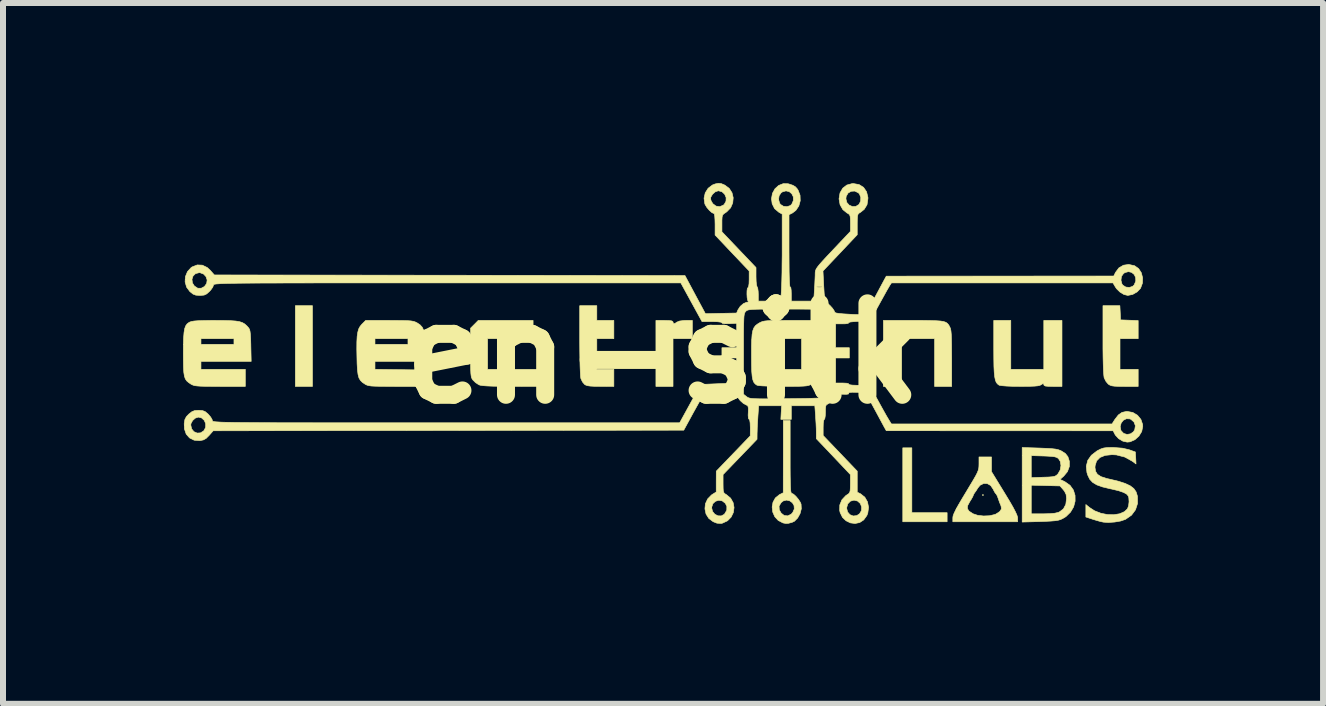
<source format=kicad_pcb>
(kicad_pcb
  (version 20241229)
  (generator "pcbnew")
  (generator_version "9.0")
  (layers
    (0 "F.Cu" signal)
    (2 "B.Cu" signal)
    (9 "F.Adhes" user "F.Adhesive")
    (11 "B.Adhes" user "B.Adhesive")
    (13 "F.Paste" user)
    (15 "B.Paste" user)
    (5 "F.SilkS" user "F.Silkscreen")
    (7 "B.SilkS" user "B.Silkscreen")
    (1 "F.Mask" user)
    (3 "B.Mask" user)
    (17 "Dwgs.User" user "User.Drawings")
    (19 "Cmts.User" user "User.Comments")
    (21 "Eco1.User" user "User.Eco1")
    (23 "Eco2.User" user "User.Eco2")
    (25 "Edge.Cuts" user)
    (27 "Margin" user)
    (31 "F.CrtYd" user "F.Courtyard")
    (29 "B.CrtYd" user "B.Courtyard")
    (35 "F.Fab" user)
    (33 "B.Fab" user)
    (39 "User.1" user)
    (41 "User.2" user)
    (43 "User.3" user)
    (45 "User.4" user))
  (footprint "en-silk"
    (layer "F.Cu")
    (at 7.995 2.84)
    (property "Reference" "en-silk" (at 0 0 0) (layer "F.SilkS") (effects (font (size 1.524 1.524) (thickness 0.3))))
    (attr through_hole)
    (fp_poly (pts (xy -5.838 0.55) (xy -6.123 0.55) (xy -6.123 -0.796) (xy -5.838 -0.796) (xy -5.838 0.55)) (stroke (width 0.01) (type solid)) (fill yes) (layer "F.SilkS"))
    (fp_poly (pts (xy 5.345 2.36) (xy 5.336 2.369) (xy 5.326 2.36) (xy 5.336 2.35) (xy 5.345 2.36)) (stroke (width 0.01) (type solid)) (fill yes) (layer "F.SilkS"))
    (fp_poly (pts (xy 4.151 2.654) (xy 4.739 2.654) (xy 4.739 2.805) (xy 4 2.805) (xy 4 1.573) (xy 4.151 1.573) (xy 4.151 2.654)) (stroke (width 0.01) (type solid)) (fill yes) (layer "F.SilkS"))
    (fp_poly (pts (xy 0.103 -0.548) (xy 0.147 -0.543) (xy 0.167 -0.532) (xy 0.171 -0.521) (xy 0.179 -0.497) (xy 0.205 -0.501) (xy 0.236 -0.522) (xy 0.281 -0.54) (xy 0.353 -0.549) (xy 0.383 -0.55) (xy 0.493 -0.55) (xy 0.493 -0.246) (xy 0.171 -0.246) (xy 0.171 0.55) (xy -0.114 0.55) (xy -0.114 -0.55) (xy 0.028 -0.55) (xy 0.103 -0.548)) (stroke (width 0.01) (type solid)) (fill yes) (layer "F.SilkS"))
    (fp_poly (pts (xy -1.099 -0.55) (xy -0.815 -0.55) (xy -0.815 -0.246) (xy -1.099 -0.246) (xy -1.099 0.265) (xy -0.815 0.265) (xy -0.815 0.55) (xy -1.038 0.549) (xy -1.139 0.548) (xy -1.21 0.544) (xy -1.257 0.537) (xy -1.289 0.525) (xy -1.303 0.516) (xy -1.338 0.475) (xy -1.364 0.42) (xy -1.365 0.417) (xy -1.37 0.381) (xy -1.374 0.311) (xy -1.378 0.213) (xy -1.381 0.092) (xy -1.383 -0.047) (xy -1.384 -0.2) (xy -1.384 -0.223) (xy -1.384 -0.796) (xy -1.099 -0.796) (xy -1.099 -0.55)) (stroke (width 0.01) (type solid)) (fill yes) (layer "F.SilkS"))
    (fp_poly (pts (xy 4.335 -0.55) (xy 4.46 -0.548) (xy 4.557 -0.545) (xy 4.629 -0.54) (xy 4.682 -0.531) (xy 4.719 -0.518) (xy 4.745 -0.499) (xy 4.765 -0.475) (xy 4.782 -0.444) (xy 4.786 -0.436) (xy 4.796 -0.411) (xy 4.803 -0.374) (xy 4.808 -0.32) (xy 4.811 -0.245) (xy 4.813 -0.144) (xy 4.814 -0.012) (xy 4.815 0.084) (xy 4.815 0.55) (xy 4.53 0.55) (xy 4.53 -0.246) (xy 3.981 -0.246) (xy 3.981 0.55) (xy 3.677 0.55) (xy 3.677 -0.55) (xy 4.175 -0.55) (xy 4.335 -0.55)) (stroke (width 0.01) (type solid)) (fill yes) (layer "F.SilkS"))
    (fp_poly (pts (xy -2.161 -0.246) (xy -2.919 -0.246) (xy -2.919 0.265) (xy -2.085 0.265) (xy -2.085 0.55) (xy -2.545 0.549) (xy -2.705 0.548) (xy -2.831 0.546) (xy -2.926 0.542) (xy -2.995 0.537) (xy -3.041 0.53) (xy -3.063 0.523) (xy -3.117 0.489) (xy -3.162 0.445) (xy -3.176 0.426) (xy -3.186 0.405) (xy -3.193 0.376) (xy -3.198 0.334) (xy -3.201 0.273) (xy -3.203 0.189) (xy -3.203 0.075) (xy -3.203 -0.014) (xy -3.203 -0.421) (xy -3.139 -0.485) (xy -3.075 -0.55) (xy -2.161 -0.55) (xy -2.161 -0.246)) (stroke (width 0.01) (type solid)) (fill yes) (layer "F.SilkS"))
    (fp_poly (pts (xy 7.624 -0.678) (xy 7.629 -0.559) (xy 7.923 -0.548) (xy 7.923 -0.246) (xy 7.62 -0.246) (xy 7.62 0.265) (xy 7.923 0.265) (xy 7.923 0.55) (xy 7.698 0.55) (xy 7.6 0.549) (xy 7.531 0.546) (xy 7.485 0.54) (xy 7.453 0.529) (xy 7.427 0.513) (xy 7.424 0.511) (xy 7.386 0.466) (xy 7.357 0.408) (xy 7.355 0.402) (xy 7.35 0.363) (xy 7.345 0.291) (xy 7.341 0.19) (xy 7.338 0.065) (xy 7.336 -0.079) (xy 7.336 -0.232) (xy 7.336 -0.796) (xy 7.618 -0.796) (xy 7.624 -0.678)) (stroke (width 0.01) (type solid)) (fill yes) (layer "F.SilkS"))
    (fp_poly (pts (xy 5.8 0.265) (xy 6.35 0.265) (xy 6.35 -0.55) (xy 6.653 -0.55) (xy 6.653 0.55) (xy 6.502 0.55) (xy 6.424 0.548) (xy 6.378 0.544) (xy 6.356 0.534) (xy 6.35 0.52) (xy 6.347 0.501) (xy 6.33 0.506) (xy 6.308 0.52) (xy 6.285 0.532) (xy 6.249 0.54) (xy 6.195 0.545) (xy 6.116 0.548) (xy 6.009 0.549) (xy 5.952 0.549) (xy 5.831 0.548) (xy 5.731 0.544) (xy 5.656 0.538) (xy 5.611 0.531) (xy 5.604 0.528) (xy 5.579 0.509) (xy 5.558 0.483) (xy 5.543 0.445) (xy 5.532 0.39) (xy 5.524 0.315) (xy 5.519 0.216) (xy 5.517 0.087) (xy 5.516 -0.075) (xy 5.516 -0.085) (xy 5.516 -0.55) (xy 5.8 -0.55) (xy 5.8 0.265)) (stroke (width 0.01) (type solid)) (fill yes) (layer "F.SilkS"))
    (fp_poly (pts (xy 2.123 1.725) (xy 2.123 1.896) (xy 2.124 2.033) (xy 2.126 2.139) (xy 2.128 2.217) (xy 2.131 2.273) (xy 2.136 2.308) (xy 2.142 2.326) (xy 2.149 2.331) (xy 2.149 2.331) (xy 2.18 2.346) (xy 2.22 2.383) (xy 2.261 2.432) (xy 2.293 2.482) (xy 2.305 2.512) (xy 2.309 2.589) (xy 2.288 2.67) (xy 2.248 2.742) (xy 2.195 2.796) (xy 2.155 2.815) (xy 2.095 2.831) (xy 2.054 2.834) (xy 2.014 2.827) (xy 2.002 2.824) (xy 1.924 2.783) (xy 1.867 2.721) (xy 1.833 2.644) (xy 1.823 2.561) (xy 1.826 2.545) (xy 1.938 2.545) (xy 1.942 2.607) (xy 1.974 2.662) (xy 2.024 2.701) (xy 2.083 2.707) (xy 2.14 2.679) (xy 2.166 2.651) (xy 2.192 2.592) (xy 2.188 2.535) (xy 2.16 2.488) (xy 2.115 2.456) (xy 2.062 2.444) (xy 2.006 2.459) (xy 1.972 2.487) (xy 1.938 2.545) (xy 1.826 2.545) (xy 1.837 2.48) (xy 1.876 2.409) (xy 1.942 2.355) (xy 1.949 2.351) (xy 2.008 2.322) (xy 2.009 1.72) (xy 2.009 1.118) (xy 2.123 1.118) (xy 2.123 1.725)) (stroke (width 0.01) (type solid)) (fill yes) (layer "F.SilkS"))
    (fp_poly (pts (xy -4.426 -0.549) (xy -4.325 -0.548) (xy -4.251 -0.546) (xy -4.197 -0.542) (xy -4.158 -0.535) (xy -4.128 -0.526) (xy -4.101 -0.513) (xy -4.093 -0.509) (xy -4.044 -0.476) (xy -4.008 -0.436) (xy -3.984 -0.384) (xy -3.97 -0.313) (xy -3.963 -0.216) (xy -3.962 -0.106) (xy -3.962 0.133) (xy -4.796 0.133) (xy -4.796 0.265) (xy -4.421 0.27) (xy -4.047 0.275) (xy -4.041 0.412) (xy -4.036 0.55) (xy -4.468 0.55) (xy -4.608 0.549) (xy -4.716 0.548) (xy -4.797 0.546) (xy -4.855 0.543) (xy -4.897 0.537) (xy -4.927 0.529) (xy -4.95 0.519) (xy -4.96 0.513) (xy -5.006 0.482) (xy -5.039 0.449) (xy -5.063 0.408) (xy -5.078 0.352) (xy -5.088 0.274) (xy -5.094 0.17) (xy -5.096 0.08) (xy -5.099 -0.072) (xy -5.098 -0.192) (xy -5.095 -0.246) (xy -4.796 -0.246) (xy -4.796 -0.152) (xy -4.246 -0.152) (xy -4.246 -0.246) (xy -4.796 -0.246) (xy -5.095 -0.246) (xy -5.093 -0.285) (xy -5.082 -0.356) (xy -5.067 -0.409) (xy -5.044 -0.451) (xy -5.015 -0.486) (xy -5.014 -0.487) (xy -4.951 -0.55) (xy -4.558 -0.55) (xy -4.426 -0.549)) (stroke (width 0.01) (type solid)) (fill yes) (layer "F.SilkS"))
    (fp_poly (pts (xy -7.315 -0.549) (xy -7.203 -0.546) (xy -7.118 -0.54) (xy -7.055 -0.53) (xy -7.006 -0.514) (xy -6.968 -0.492) (xy -6.934 -0.462) (xy -6.919 -0.446) (xy -6.9 -0.424) (xy -6.886 -0.4) (xy -6.878 -0.367) (xy -6.872 -0.318) (xy -6.868 -0.246) (xy -6.865 -0.144) (xy -6.865 -0.131) (xy -6.859 0.133) (xy -7.696 0.133) (xy -7.696 0.265) (xy -6.957 0.265) (xy -6.957 0.55) (xy -7.378 0.55) (xy -7.517 0.549) (xy -7.623 0.548) (xy -7.702 0.546) (xy -7.759 0.542) (xy -7.8 0.537) (xy -7.829 0.528) (xy -7.853 0.517) (xy -7.861 0.513) (xy -7.902 0.485) (xy -7.934 0.457) (xy -7.957 0.423) (xy -7.972 0.378) (xy -7.982 0.315) (xy -7.987 0.229) (xy -7.989 0.116) (xy -7.99 0.001) (xy -7.989 -0.148) (xy -7.986 -0.246) (xy -7.696 -0.246) (xy -7.696 -0.152) (xy -7.146 -0.152) (xy -7.146 -0.246) (xy -7.696 -0.246) (xy -7.986 -0.246) (xy -7.985 -0.263) (xy -7.978 -0.35) (xy -7.967 -0.414) (xy -7.95 -0.46) (xy -7.927 -0.492) (xy -7.897 -0.515) (xy -7.884 -0.522) (xy -7.855 -0.532) (xy -7.811 -0.54) (xy -7.746 -0.545) (xy -7.655 -0.548) (xy -7.534 -0.55) (xy -7.459 -0.55) (xy -7.315 -0.549)) (stroke (width 0.01) (type solid)) (fill yes) (layer "F.SilkS"))
    (fp_poly (pts (xy 2.54 -0.496) (xy 2.566 -0.465) (xy 2.586 -0.428) (xy 2.6 -0.38) (xy 2.609 -0.316) (xy 2.614 -0.23) (xy 2.615 -0.117) (xy 2.613 0.027) (xy 2.613 0.05) (xy 2.609 0.182) (xy 2.604 0.281) (xy 2.594 0.355) (xy 2.579 0.409) (xy 2.557 0.449) (xy 2.525 0.48) (xy 2.483 0.509) (xy 2.477 0.513) (xy 2.454 0.525) (xy 2.427 0.534) (xy 2.391 0.541) (xy 2.34 0.545) (xy 2.268 0.548) (xy 2.171 0.549) (xy 2.042 0.549) (xy 2.009 0.549) (xy 1.873 0.548) (xy 1.757 0.545) (xy 1.664 0.541) (xy 1.6 0.536) (xy 1.569 0.529) (xy 1.569 0.529) (xy 1.54 0.508) (xy 1.517 0.48) (xy 1.501 0.439) (xy 1.49 0.381) (xy 1.483 0.301) (xy 1.48 0.193) (xy 1.479 0.053) (xy 1.479 0.028) (xy 1.479 -0.119) (xy 1.482 -0.232) (xy 1.484 -0.246) (xy 1.763 -0.246) (xy 1.763 0.265) (xy 2.313 0.265) (xy 2.313 -0.246) (xy 1.763 -0.246) (xy 1.484 -0.246) (xy 1.489 -0.318) (xy 1.501 -0.381) (xy 1.519 -0.427) (xy 1.544 -0.462) (xy 1.578 -0.489) (xy 1.61 -0.509) (xy 1.636 -0.522) (xy 1.664 -0.533) (xy 1.699 -0.54) (xy 1.747 -0.545) (xy 1.814 -0.548) (xy 1.904 -0.549) (xy 2.025 -0.55) (xy 2.084 -0.55) (xy 2.486 -0.55) (xy 2.54 -0.496)) (stroke (width 0.01) (type solid)) (fill yes) (layer "F.SilkS"))
    (fp_poly (pts (xy 5.478 1.969) (xy 5.696 2.325) (xy 5.775 2.455) (xy 5.834 2.557) (xy 5.875 2.635) (xy 5.901 2.691) (xy 5.913 2.73) (xy 5.914 2.743) (xy 5.914 2.805) (xy 4.834 2.805) (xy 4.834 2.739) (xy 4.838 2.708) (xy 4.854 2.665) (xy 4.883 2.605) (xy 4.893 2.586) (xy 5.076 2.586) (xy 5.104 2.628) (xy 5.167 2.67) (xy 5.171 2.672) (xy 5.249 2.698) (xy 5.346 2.709) (xy 5.445 2.705) (xy 5.531 2.685) (xy 5.552 2.677) (xy 5.616 2.635) (xy 5.644 2.592) (xy 5.638 2.544) (xy 5.635 2.536) (xy 5.615 2.488) (xy 5.594 2.429) (xy 5.592 2.422) (xy 5.574 2.373) (xy 5.556 2.343) (xy 5.552 2.34) (xy 5.534 2.316) (xy 5.511 2.273) (xy 5.507 2.264) (xy 5.465 2.201) (xy 5.408 2.169) (xy 5.347 2.167) (xy 5.288 2.197) (xy 5.251 2.242) (xy 5.222 2.289) (xy 5.197 2.323) (xy 5.195 2.326) (xy 5.177 2.356) (xy 5.175 2.365) (xy 5.165 2.389) (xy 5.14 2.433) (xy 5.117 2.469) (xy 5.081 2.536) (xy 5.076 2.586) (xy 4.893 2.586) (xy 4.927 2.525) (xy 4.988 2.421) (xy 5.052 2.315) (xy 5.122 2.198) (xy 5.176 2.108) (xy 5.215 2.04) (xy 5.241 1.989) (xy 5.257 1.949) (xy 5.266 1.914) (xy 5.269 1.881) (xy 5.27 1.842) (xy 5.27 1.725) (xy 5.478 1.725) (xy 5.478 1.969)) (stroke (width 0.01) (type solid)) (fill yes) (layer "F.SilkS"))
    (fp_poly (pts (xy 6.279 1.577) (xy 6.396 1.582) (xy 6.482 1.587) (xy 6.544 1.594) (xy 6.59 1.604) (xy 6.628 1.618) (xy 6.644 1.626) (xy 6.711 1.669) (xy 6.752 1.722) (xy 6.776 1.797) (xy 6.776 1.884) (xy 6.744 1.97) (xy 6.683 2.044) (xy 6.62 2.099) (xy 6.703 2.139) (xy 6.787 2.198) (xy 6.843 2.276) (xy 6.871 2.366) (xy 6.872 2.462) (xy 6.847 2.557) (xy 6.795 2.645) (xy 6.718 2.72) (xy 6.665 2.752) (xy 6.63 2.768) (xy 6.59 2.78) (xy 6.538 2.788) (xy 6.467 2.794) (xy 6.37 2.799) (xy 6.288 2.802) (xy 5.99 2.81) (xy 5.99 2.673) (xy 6.141 2.673) (xy 6.342 2.673) (xy 6.452 2.67) (xy 6.532 2.663) (xy 6.589 2.65) (xy 6.609 2.642) (xy 6.677 2.591) (xy 6.717 2.515) (xy 6.729 2.418) (xy 6.722 2.351) (xy 6.696 2.298) (xy 6.674 2.27) (xy 6.619 2.208) (xy 6.141 2.196) (xy 6.141 2.673) (xy 5.99 2.673) (xy 5.99 2.07) (xy 6.141 2.07) (xy 6.342 2.063) (xy 6.432 2.06) (xy 6.492 2.055) (xy 6.532 2.047) (xy 6.558 2.034) (xy 6.58 2.014) (xy 6.589 2.003) (xy 6.624 1.941) (xy 6.636 1.868) (xy 6.625 1.8) (xy 6.594 1.752) (xy 6.57 1.735) (xy 6.534 1.723) (xy 6.481 1.716) (xy 6.4 1.711) (xy 6.348 1.709) (xy 6.141 1.703) (xy 6.141 2.07) (xy 5.99 2.07) (xy 5.99 1.568) (xy 6.279 1.577)) (stroke (width 0.01) (type solid)) (fill yes) (layer "F.SilkS"))
    (fp_poly (pts (xy 7.506 1.567) (xy 7.662 1.579) (xy 7.772 1.605) (xy 7.876 1.642) (xy 7.882 1.742) (xy 7.887 1.842) (xy 7.825 1.796) (xy 7.7 1.727) (xy 7.56 1.691) (xy 7.486 1.687) (xy 7.372 1.699) (xy 7.286 1.734) (xy 7.23 1.791) (xy 7.205 1.871) (xy 7.203 1.901) (xy 7.213 1.965) (xy 7.244 2.015) (xy 7.303 2.053) (xy 7.393 2.083) (xy 7.442 2.094) (xy 7.59 2.129) (xy 7.705 2.166) (xy 7.79 2.206) (xy 7.85 2.252) (xy 7.888 2.307) (xy 7.909 2.374) (xy 7.911 2.385) (xy 7.912 2.501) (xy 7.878 2.606) (xy 7.812 2.695) (xy 7.716 2.762) (xy 7.709 2.766) (xy 7.63 2.793) (xy 7.53 2.81) (xy 7.427 2.817) (xy 7.345 2.812) (xy 7.297 2.802) (xy 7.229 2.783) (xy 7.17 2.765) (xy 7.051 2.726) (xy 7.051 2.518) (xy 7.108 2.565) (xy 7.197 2.623) (xy 7.3 2.663) (xy 7.409 2.685) (xy 7.516 2.688) (xy 7.614 2.672) (xy 7.694 2.637) (xy 7.744 2.59) (xy 7.763 2.54) (xy 7.771 2.472) (xy 7.767 2.406) (xy 7.76 2.38) (xy 7.734 2.347) (xy 7.681 2.317) (xy 7.597 2.288) (xy 7.48 2.26) (xy 7.459 2.256) (xy 7.33 2.225) (xy 7.234 2.191) (xy 7.164 2.149) (xy 7.115 2.096) (xy 7.082 2.027) (xy 7.069 1.986) (xy 7.058 1.88) (xy 7.083 1.782) (xy 7.143 1.697) (xy 7.235 1.626) (xy 7.245 1.62) (xy 7.3 1.592) (xy 7.349 1.576) (xy 7.404 1.569) (xy 7.481 1.567) (xy 7.506 1.567)) (stroke (width 0.01) (type solid)) (fill yes) (layer "F.SilkS"))
    (fp_poly (pts (xy 0.975 -2.83) (xy 1.032 -2.806) (xy 1.033 -2.806) (xy 1.107 -2.751) (xy 1.154 -2.678) (xy 1.174 -2.594) (xy 1.166 -2.508) (xy 1.131 -2.427) (xy 1.067 -2.361) (xy 1.05 -2.349) (xy 1.017 -2.327) (xy 0.998 -2.306) (xy 0.989 -2.274) (xy 0.986 -2.221) (xy 0.986 -2.168) (xy 0.986 -2.027) (xy 1.27 -1.729) (xy 1.554 -1.431) (xy 1.554 -1.276) (xy 1.556 -1.203) (xy 1.562 -1.145) (xy 1.571 -1.112) (xy 1.573 -1.109) (xy 1.583 -1.085) (xy 1.59 -1.035) (xy 1.592 -0.985) (xy 1.592 -0.872) (xy 1.966 -0.872) (xy 1.978 -1.057) (xy 1.981 -1.126) (xy 1.984 -1.225) (xy 1.987 -1.348) (xy 1.988 -1.488) (xy 1.99 -1.637) (xy 1.99 -1.782) (xy 1.99 -2.322) (xy 1.935 -2.353) (xy 1.863 -2.414) (xy 1.823 -2.495) (xy 1.814 -2.566) (xy 1.93 -2.566) (xy 1.947 -2.505) (xy 1.962 -2.483) (xy 2.012 -2.452) (xy 2.071 -2.446) (xy 2.126 -2.464) (xy 2.15 -2.487) (xy 2.177 -2.55) (xy 2.175 -2.611) (xy 2.15 -2.661) (xy 2.108 -2.696) (xy 2.054 -2.709) (xy 1.996 -2.693) (xy 1.972 -2.677) (xy 1.939 -2.628) (xy 1.93 -2.566) (xy 1.814 -2.566) (xy 1.812 -2.578) (xy 1.828 -2.668) (xy 1.87 -2.744) (xy 1.931 -2.799) (xy 2.006 -2.829) (xy 2.087 -2.828) (xy 2.1 -2.825) (xy 2.166 -2.803) (xy 2.208 -2.779) (xy 2.238 -2.747) (xy 2.255 -2.721) (xy 2.288 -2.636) (xy 2.291 -2.544) (xy 2.267 -2.457) (xy 2.218 -2.384) (xy 2.162 -2.341) (xy 2.104 -2.312) (xy 2.104 -1.704) (xy 2.105 -1.514) (xy 2.106 -1.36) (xy 2.109 -1.243) (xy 2.113 -1.161) (xy 2.118 -1.117) (xy 2.123 -1.109) (xy 2.134 -1.098) (xy 2.14 -1.054) (xy 2.142 -0.996) (xy 2.142 -0.872) (xy 2.515 -0.872) (xy 2.528 -1.057) (xy 2.531 -1.108) (xy 2.563 -1.108) (xy 2.586 -1.105) (xy 2.606 -1.104) (xy 2.645 -1.106) (xy 2.655 -1.11) (xy 2.649 -1.112) (xy 2.604 -1.116) (xy 2.573 -1.113) (xy 2.563 -1.108) (xy 2.531 -1.108) (xy 2.533 -1.148) (xy 2.537 -1.236) (xy 2.54 -1.305) (xy 2.54 -1.327) (xy 2.541 -1.355) (xy 2.546 -1.381) (xy 2.557 -1.408) (xy 2.579 -1.441) (xy 2.613 -1.484) (xy 2.664 -1.541) (xy 2.734 -1.617) (xy 2.828 -1.716) (xy 2.834 -1.723) (xy 3.128 -2.034) (xy 3.128 -2.173) (xy 3.127 -2.244) (xy 3.122 -2.288) (xy 3.111 -2.314) (xy 3.088 -2.331) (xy 3.07 -2.341) (xy 3.001 -2.397) (xy 2.955 -2.478) (xy 2.938 -2.574) (xy 2.938 -2.578) (xy 3.052 -2.578) (xy 3.067 -2.516) (xy 3.106 -2.472) (xy 3.16 -2.448) (xy 3.217 -2.45) (xy 3.268 -2.481) (xy 3.27 -2.483) (xy 3.298 -2.538) (xy 3.3 -2.602) (xy 3.277 -2.659) (xy 3.259 -2.677) (xy 3.199 -2.706) (xy 3.139 -2.702) (xy 3.088 -2.672) (xy 3.057 -2.618) (xy 3.052 -2.578) (xy 2.938 -2.578) (xy 2.954 -2.675) (xy 2.999 -2.753) (xy 3.067 -2.806) (xy 3.155 -2.83) (xy 3.176 -2.831) (xy 3.272 -2.814) (xy 3.346 -2.768) (xy 3.396 -2.695) (xy 3.419 -2.601) (xy 3.419 -2.578) (xy 3.404 -2.478) (xy 3.357 -2.401) (xy 3.297 -2.353) (xy 3.271 -2.337) (xy 3.254 -2.319) (xy 3.246 -2.29) (xy 3.242 -2.241) (xy 3.241 -2.164) (xy 3.241 -2.15) (xy 3.241 -1.978) (xy 2.956 -1.676) (xy 2.67 -1.374) (xy 2.683 -1.118) (xy 2.69 -1.002) (xy 2.699 -0.918) (xy 2.709 -0.868) (xy 2.717 -0.855) (xy 2.75 -0.833) (xy 2.791 -0.795) (xy 2.83 -0.751) (xy 2.856 -0.712) (xy 2.862 -0.696) (xy 2.869 -0.683) (xy 2.893 -0.673) (xy 2.939 -0.666) (xy 3.014 -0.659) (xy 3.099 -0.654) (xy 3.191 -0.649) (xy 3.271 -0.647) (xy 3.331 -0.647) (xy 3.361 -0.65) (xy 3.362 -0.65) (xy 3.379 -0.669) (xy 3.41 -0.717) (xy 3.452 -0.787) (xy 3.502 -0.875) (xy 3.556 -0.974) (xy 3.556 -0.974) (xy 3.688 -1.22) (xy 7.636 -1.22) (xy 7.652 -1.159) (xy 7.667 -1.137) (xy 7.717 -1.106) (xy 7.777 -1.1) (xy 7.831 -1.118) (xy 7.856 -1.142) (xy 7.883 -1.205) (xy 7.881 -1.265) (xy 7.856 -1.316) (xy 7.813 -1.351) (xy 7.76 -1.363) (xy 7.701 -1.347) (xy 7.678 -1.331) (xy 7.644 -1.283) (xy 7.636 -1.22) (xy 3.688 -1.22) (xy 3.725 -1.288) (xy 5.62 -1.289) (xy 7.516 -1.29) (xy 7.545 -1.35) (xy 7.601 -1.425) (xy 7.677 -1.47) (xy 7.765 -1.483) (xy 7.861 -1.462) (xy 7.865 -1.46) (xy 7.93 -1.414) (xy 7.975 -1.345) (xy 7.997 -1.26) (xy 7.994 -1.172) (xy 7.963 -1.088) (xy 7.961 -1.084) (xy 7.906 -1.026) (xy 7.831 -0.983) (xy 7.751 -0.967) (xy 7.749 -0.967) (xy 7.686 -0.982) (xy 7.619 -1.023) (xy 7.561 -1.08) (xy 7.542 -1.109) (xy 7.503 -1.175) (xy 3.811 -1.175) (xy 3.783 -1.133) (xy 3.765 -1.102) (xy 3.732 -1.045) (xy 3.689 -0.967) (xy 3.639 -0.877) (xy 3.605 -0.815) (xy 3.454 -0.54) (xy 3.271 -0.535) (xy 3.186 -0.53) (xy 3.127 -0.524) (xy 3.1 -0.515) (xy 3.1 -0.511) (xy 3.089 -0.501) (xy 3.047 -0.494) (xy 2.996 -0.493) (xy 2.881 -0.493) (xy 2.881 -0.095) (xy 3.109 -0.095) (xy 3.109 0.076) (xy 2.881 0.076) (xy 2.881 0.493) (xy 2.996 0.493) (xy 3.061 0.496) (xy 3.096 0.504) (xy 3.099 0.512) (xy 3.111 0.521) (xy 3.158 0.528) (xy 3.238 0.531) (xy 3.267 0.531) (xy 3.447 0.531) (xy 3.585 0.782) (xy 3.637 0.877) (xy 3.686 0.965) (xy 3.728 1.04) (xy 3.759 1.092) (xy 3.766 1.104) (xy 3.81 1.175) (xy 7.487 1.175) (xy 7.534 1.101) (xy 7.592 1.026) (xy 7.653 0.983) (xy 7.726 0.967) (xy 7.743 0.967) (xy 7.834 0.984) (xy 7.911 1.03) (xy 7.968 1.099) (xy 7.997 1.184) (xy 7.999 1.216) (xy 7.982 1.301) (xy 7.935 1.378) (xy 7.868 1.438) (xy 7.788 1.473) (xy 7.74 1.478) (xy 7.668 1.462) (xy 7.597 1.42) (xy 7.543 1.361) (xy 7.535 1.347) (xy 7.505 1.289) (xy 3.725 1.288) (xy 3.686 1.218) (xy 7.623 1.218) (xy 7.634 1.279) (xy 7.639 1.289) (xy 7.681 1.333) (xy 7.737 1.35) (xy 7.795 1.34) (xy 7.844 1.306) (xy 7.866 1.27) (xy 7.876 1.204) (xy 7.853 1.143) (xy 7.803 1.099) (xy 7.786 1.091) (xy 7.727 1.088) (xy 7.676 1.113) (xy 7.64 1.159) (xy 7.623 1.218) (xy 3.686 1.218) (xy 3.553 0.971) (xy 3.381 0.654) (xy 3.234 0.648) (xy 3.156 0.647) (xy 3.112 0.651) (xy 3.098 0.66) (xy 3.1 0.664) (xy 3.095 0.676) (xy 3.061 0.681) (xy 2.992 0.68) (xy 2.988 0.679) (xy 2.917 0.678) (xy 2.877 0.682) (xy 2.863 0.694) (xy 2.862 0.698) (xy 2.849 0.739) (xy 2.816 0.786) (xy 2.777 0.827) (xy 2.748 0.844) (xy 2.727 0.855) (xy 2.716 0.88) (xy 2.711 0.927) (xy 2.711 0.977) (xy 2.708 1.041) (xy 2.701 1.085) (xy 2.692 1.099) (xy 2.682 1.117) (xy 2.675 1.164) (xy 2.673 1.233) (xy 2.673 1.368) (xy 2.957 1.665) (xy 3.241 1.962) (xy 3.241 2.137) (xy 3.241 2.312) (xy 3.299 2.341) (xy 3.368 2.397) (xy 3.412 2.474) (xy 3.43 2.565) (xy 3.417 2.66) (xy 3.401 2.702) (xy 3.349 2.774) (xy 3.282 2.818) (xy 3.205 2.834) (xy 3.127 2.824) (xy 3.055 2.789) (xy 2.995 2.732) (xy 2.956 2.652) (xy 2.948 2.617) (xy 2.949 2.578) (xy 3.064 2.578) (xy 3.08 2.642) (xy 3.119 2.687) (xy 3.173 2.709) (xy 3.232 2.703) (xy 3.279 2.673) (xy 3.312 2.618) (xy 3.314 2.557) (xy 3.292 2.501) (xy 3.247 2.46) (xy 3.187 2.445) (xy 3.127 2.462) (xy 3.083 2.507) (xy 3.065 2.571) (xy 3.064 2.578) (xy 2.949 2.578) (xy 2.95 2.526) (xy 2.985 2.44) (xy 3.048 2.372) (xy 3.065 2.36) (xy 3.096 2.34) (xy 3.114 2.319) (xy 3.123 2.287) (xy 3.126 2.236) (xy 3.127 2.17) (xy 3.127 2.019) (xy 2.843 1.719) (xy 2.559 1.42) (xy 2.559 1.32) (xy 2.558 1.253) (xy 2.554 1.165) (xy 2.548 1.071) (xy 2.547 1.045) (xy 2.534 0.872) (xy 2.142 0.872) (xy 2.142 1.099) (xy 1.968 1.099) (xy 1.974 0.986) (xy 1.981 0.872) (xy 1.789 0.872) (xy 1.598 0.872) (xy 1.586 1.045) (xy 1.58 1.139) (xy 1.575 1.232) (xy 1.573 1.309) (xy 1.572 1.325) (xy 1.571 1.431) (xy 1.288 1.725) (xy 1.005 2.019) (xy 1.005 2.17) (xy 1.006 2.246) (xy 1.009 2.293) (xy 1.019 2.322) (xy 1.038 2.34) (xy 1.06 2.353) (xy 1.131 2.412) (xy 1.173 2.487) (xy 1.188 2.569) (xy 1.176 2.652) (xy 1.139 2.728) (xy 1.079 2.789) (xy 0.996 2.828) (xy 0.976 2.833) (xy 0.903 2.829) (xy 0.84 2.804) (xy 0.767 2.749) (xy 0.721 2.676) (xy 0.703 2.591) (xy 0.704 2.574) (xy 0.815 2.574) (xy 0.83 2.634) (xy 0.868 2.68) (xy 0.92 2.706) (xy 0.975 2.708) (xy 1.024 2.682) (xy 1.029 2.677) (xy 1.067 2.613) (xy 1.068 2.548) (xy 1.042 2.497) (xy 0.991 2.457) (xy 0.933 2.447) (xy 0.878 2.464) (xy 0.835 2.504) (xy 0.815 2.564) (xy 0.815 2.574) (xy 0.704 2.574) (xy 0.711 2.505) (xy 0.748 2.425) (xy 0.812 2.359) (xy 0.827 2.349) (xy 0.891 2.309) (xy 0.891 2.136) (xy 0.892 1.962) (xy 1.175 1.668) (xy 1.458 1.374) (xy 1.459 1.237) (xy 1.456 1.159) (xy 1.449 1.112) (xy 1.439 1.099) (xy 1.427 1.081) (xy 1.423 1.029) (xy 1.425 0.985) (xy 1.427 0.921) (xy 1.422 0.885) (xy 1.409 0.867) (xy 1.393 0.86) (xy 1.342 0.832) (xy 1.29 0.785) (xy 1.252 0.734) (xy 1.243 0.711) (xy 1.237 0.693) (xy 1.225 0.681) (xy 1.2 0.672) (xy 1.156 0.665) (xy 1.088 0.66) (xy 0.989 0.654) (xy 0.975 0.654) (xy 0.854 0.648) (xy 0.768 0.648) (xy 0.716 0.653) (xy 0.697 0.66) (xy 0.681 0.683) (xy 0.651 0.733) (xy 0.61 0.806) (xy 0.561 0.894) (xy 0.513 0.98) (xy 0.35 1.279) (xy -3.571 1.284) (xy -7.492 1.289) (xy -7.561 1.367) (xy -7.61 1.416) (xy -7.655 1.441) (xy -7.712 1.453) (xy -7.715 1.453) (xy -7.809 1.446) (xy -7.886 1.408) (xy -7.942 1.344) (xy -7.972 1.257) (xy -7.974 1.193) (xy -7.866 1.193) (xy -7.851 1.258) (xy -7.813 1.304) (xy -7.76 1.327) (xy -7.703 1.324) (xy -7.65 1.29) (xy -7.648 1.289) (xy -7.618 1.232) (xy -7.617 1.171) (xy -7.641 1.115) (xy -7.685 1.075) (xy -7.739 1.061) (xy -7.79 1.078) (xy -7.835 1.118) (xy -7.863 1.17) (xy -7.866 1.193) (xy -7.974 1.193) (xy -7.975 1.169) (xy -7.964 1.102) (xy -7.939 1.054) (xy -7.898 1.011) (xy -7.847 0.971) (xy -7.8 0.952) (xy -7.735 0.948) (xy -7.735 0.948) (xy -7.672 0.952) (xy -7.628 0.968) (xy -7.583 1.005) (xy -7.573 1.015) (xy -7.534 1.061) (xy -7.51 1.103) (xy -7.506 1.119) (xy -7.506 1.123) (xy -7.504 1.127) (xy -7.498 1.131) (xy -7.487 1.134) (xy -7.47 1.137) (xy -7.445 1.14) (xy -7.411 1.142) (xy -7.365 1.145) (xy -7.307 1.147) (xy -7.235 1.148) (xy -7.147 1.15) (xy -7.042 1.151) (xy -6.918 1.152) (xy -6.774 1.153) (xy -6.609 1.154) (xy -6.42 1.155) (xy -6.206 1.155) (xy -5.966 1.155) (xy -5.699 1.156) (xy -5.402 1.156) (xy -5.074 1.156) (xy -4.713 1.156) (xy -4.319 1.156) (xy -3.889 1.156) (xy -3.612 1.156) (xy 0.282 1.156) (xy 0.457 0.837) (xy 0.633 0.517) (xy 0.915 0.505) (xy 1.015 0.501) (xy 1.102 0.499) (xy 1.168 0.499) (xy 1.207 0.501) (xy 1.214 0.503) (xy 1.222 0.49) (xy 1.228 0.444) (xy 1.231 0.368) (xy 1.232 0.295) (xy 1.232 0.076) (xy 0.986 0.076) (xy 0.986 0.008) (xy 1.346 0.008) (xy 1.346 0.68) (xy 1.397 0.72) (xy 1.412 0.731) (xy 1.429 0.739) (xy 1.452 0.746) (xy 1.485 0.751) (xy 1.532 0.754) (xy 1.598 0.756) (xy 1.687 0.757) (xy 1.803 0.756) (xy 1.949 0.755) (xy 2.067 0.754) (xy 2.245 0.752) (xy 2.388 0.75) (xy 2.5 0.747) (xy 2.585 0.744) (xy 2.646 0.739) (xy 2.687 0.734) (xy 2.711 0.727) (xy 2.717 0.723) (xy 2.725 0.713) (xy 2.732 0.695) (xy 2.737 0.667) (xy 2.741 0.624) (xy 2.744 0.563) (xy 2.746 0.479) (xy 2.748 0.37) (xy 2.748 0.231) (xy 2.749 0.058) (xy 2.749 0.013) (xy 2.748 -0.168) (xy 2.748 -0.314) (xy 2.747 -0.431) (xy 2.745 -0.521) (xy 2.742 -0.588) (xy 2.738 -0.636) (xy 2.733 -0.668) (xy 2.727 -0.689) (xy 2.719 -0.703) (xy 2.717 -0.705) (xy 2.706 -0.714) (xy 2.691 -0.722) (xy 2.666 -0.727) (xy 2.628 -0.732) (xy 2.573 -0.735) (xy 2.497 -0.737) (xy 2.396 -0.738) (xy 2.266 -0.739) (xy 2.103 -0.739) (xy 2.054 -0.739) (xy 1.882 -0.739) (xy 1.744 -0.739) (xy 1.636 -0.738) (xy 1.554 -0.736) (xy 1.494 -0.733) (xy 1.451 -0.729) (xy 1.423 -0.724) (xy 1.404 -0.717) (xy 1.39 -0.708) (xy 1.384 -0.701) (xy 1.374 -0.69) (xy 1.366 -0.675) (xy 1.359 -0.653) (xy 1.354 -0.62) (xy 1.351 -0.573) (xy 1.349 -0.506) (xy 1.347 -0.416) (xy 1.346 -0.3) (xy 1.346 -0.154) (xy 1.346 0.008) (xy 0.986 0.008) (xy 0.986 -0.095) (xy 1.232 -0.095) (xy 1.232 -0.299) (xy 1.232 -0.502) (xy 1.109 -0.496) (xy 1.034 -0.495) (xy 0.993 -0.502) (xy 0.986 -0.51) (xy 0.967 -0.521) (xy 0.914 -0.528) (xy 0.827 -0.531) (xy 0.82 -0.531) (xy 0.654 -0.531) (xy 0.301 -1.175) (xy -3.593 -1.175) (xy -4.045 -1.175) (xy -4.461 -1.175) (xy -4.841 -1.175) (xy -5.189 -1.175) (xy -5.504 -1.175) (xy -5.789 -1.175) (xy -6.046 -1.174) (xy -6.275 -1.174) (xy -6.479 -1.173) (xy -6.658 -1.173) (xy -6.815 -1.172) (xy -6.951 -1.171) (xy -7.067 -1.17) (xy -7.165 -1.168) (xy -7.246 -1.167) (xy -7.313 -1.165) (xy -7.366 -1.163) (xy -7.407 -1.16) (xy -7.437 -1.158) (xy -7.459 -1.155) (xy -7.473 -1.152) (xy -7.482 -1.148) (xy -7.486 -1.145) (xy -7.487 -1.141) (xy -7.487 -1.138) (xy -7.5 -1.103) (xy -7.533 -1.057) (xy -7.554 -1.034) (xy -7.601 -0.992) (xy -7.644 -0.972) (xy -7.702 -0.967) (xy -7.716 -0.967) (xy -7.781 -0.971) (xy -7.828 -0.989) (xy -7.878 -1.029) (xy -7.879 -1.029) (xy -7.935 -1.104) (xy -7.96 -1.191) (xy -7.958 -1.235) (xy -7.846 -1.235) (xy -7.838 -1.174) (xy -7.806 -1.124) (xy -7.75 -1.087) (xy -7.69 -1.087) (xy -7.638 -1.115) (xy -7.601 -1.166) (xy -7.593 -1.224) (xy -7.612 -1.28) (xy -7.652 -1.323) (xy -7.711 -1.345) (xy -7.726 -1.346) (xy -7.787 -1.33) (xy -7.828 -1.29) (xy -7.846 -1.235) (xy -7.958 -1.235) (xy -7.955 -1.28) (xy -7.921 -1.363) (xy -7.859 -1.431) (xy -7.842 -1.442) (xy -7.758 -1.475) (xy -7.673 -1.471) (xy -7.592 -1.432) (xy -7.542 -1.386) (xy -7.473 -1.308) (xy -3.552 -1.303) (xy 0.37 -1.298) (xy 0.54 -0.98) (xy 0.711 -0.662) (xy 0.971 -0.668) (xy 1.231 -0.673) (xy 1.253 -0.726) (xy 1.291 -0.784) (xy 1.344 -0.83) (xy 1.4 -0.854) (xy 1.41 -0.854) (xy 1.432 -0.859) (xy 1.426 -0.866) (xy 1.414 -0.887) (xy 1.406 -0.932) (xy 1.403 -0.988) (xy 1.404 -1.043) (xy 1.41 -1.084) (xy 1.422 -1.099) (xy 1.431 -1.117) (xy 1.438 -1.164) (xy 1.44 -1.234) (xy 1.44 -1.237) (xy 1.44 -1.374) (xy 1.156 -1.673) (xy 0.872 -1.973) (xy 0.872 -2.152) (xy 0.87 -2.229) (xy 0.866 -2.29) (xy 0.859 -2.325) (xy 0.854 -2.331) (xy 0.82 -2.346) (xy 0.777 -2.384) (xy 0.735 -2.433) (xy 0.705 -2.483) (xy 0.701 -2.494) (xy 0.689 -2.578) (xy 0.796 -2.578) (xy 0.807 -2.541) (xy 0.834 -2.496) (xy 0.835 -2.495) (xy 0.888 -2.455) (xy 0.95 -2.446) (xy 1.009 -2.471) (xy 1.024 -2.483) (xy 1.054 -2.537) (xy 1.056 -2.597) (xy 1.032 -2.653) (xy 0.988 -2.694) (xy 0.927 -2.711) (xy 0.927 -2.711) (xy 0.876 -2.694) (xy 0.83 -2.654) (xy 0.8 -2.603) (xy 0.796 -2.578) (xy 0.689 -2.578) (xy 0.688 -2.588) (xy 0.708 -2.676) (xy 0.756 -2.752) (xy 0.828 -2.807) (xy 0.875 -2.825) (xy 0.929 -2.835) (xy 0.975 -2.83)) (stroke (width 0.01) (type solid)) (fill yes) (layer "F.SilkS")))
  (gr_rect
    (start -3 -3)
    (end 18.999 8.679)
    (stroke (width 0.1) (type default))
    (fill no)
    (layer "Edge.Cuts")))
</source>
